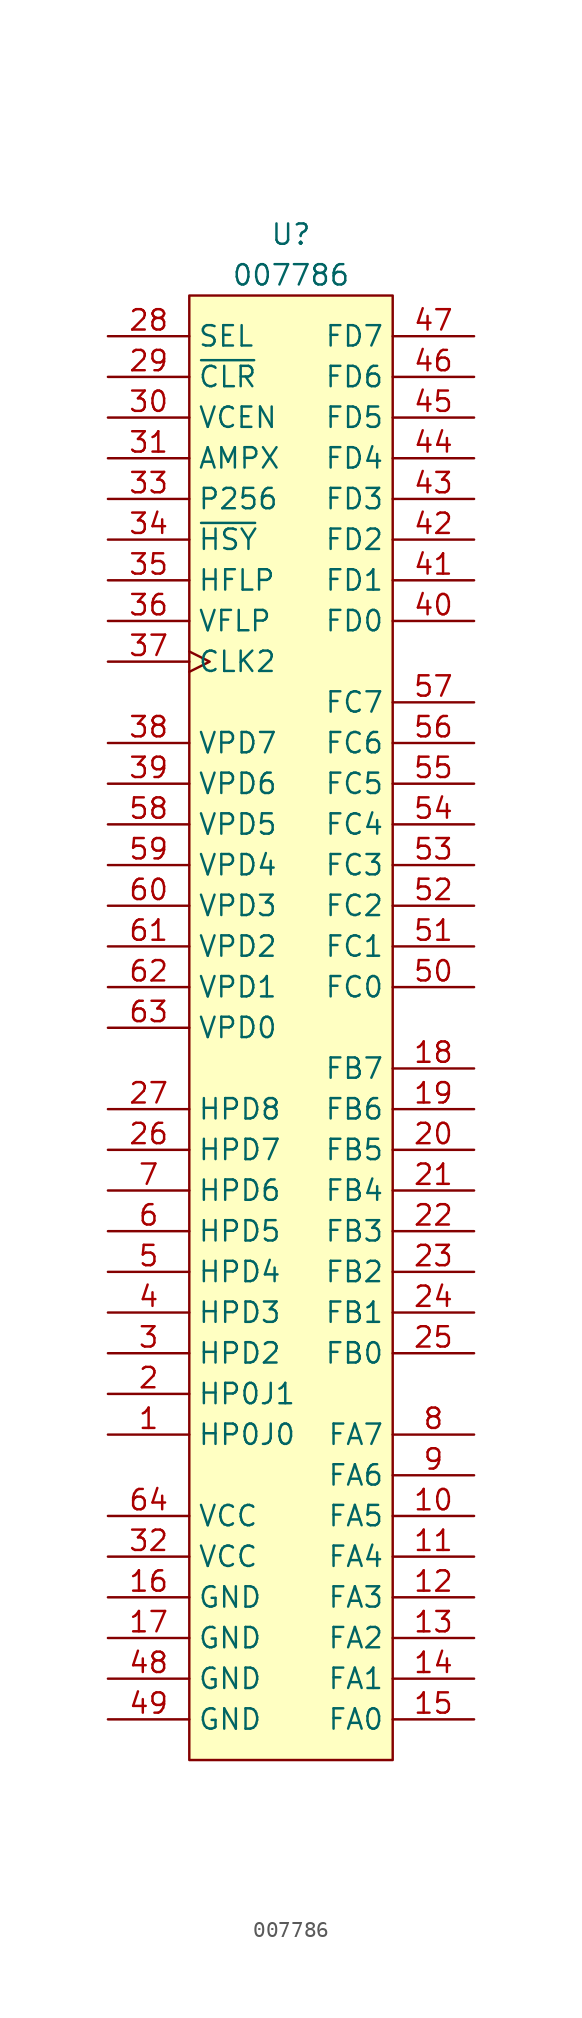
<source format=kicad_sym>
(kicad_symbol_lib
  (version 20231120)
  (generator "kicad_symbol_editor")
  (generator_version "8.0")
  (symbol "007786"
    (property "Reference" "U"
      (at 0 50.8 0)
      (effects (font (size 1.27 1.27))))
    (property "Value" "007786"
      (at 0 48.26 0)
      (effects (font (size 1.27 1.27))))
    (symbol "007786_0_0"
      (pin input line (at -11.43 -24.13 0) (length 5.08) (name "HP0J0" (effects (font (size 1.27 1.27)))) (number "1" (effects (font (size 1.27 1.27)))))
      (pin output line (at 11.43 -29.21 180) (length 5.08) (name "FA5" (effects (font (size 1.27 1.27)))) (number "10" (effects (font (size 1.27 1.27)))))
      (pin output line (at 11.43 -31.75 180) (length 5.08) (name "FA4" (effects (font (size 1.27 1.27)))) (number "11" (effects (font (size 1.27 1.27)))))
      (pin output line (at 11.43 -34.29 180) (length 5.08) (name "FA3" (effects (font (size 1.27 1.27)))) (number "12" (effects (font (size 1.27 1.27)))))
      (pin output line (at 11.43 -36.83 180) (length 5.08) (name "FA2" (effects (font (size 1.27 1.27)))) (number "13" (effects (font (size 1.27 1.27)))))
      (pin output line (at 11.43 -39.37 180) (length 5.08) (name "FA1" (effects (font (size 1.27 1.27)))) (number "14" (effects (font (size 1.27 1.27)))))
      (pin output line (at 11.43 -41.91 180) (length 5.08) (name "FA0" (effects (font (size 1.27 1.27)))) (number "15" (effects (font (size 1.27 1.27)))))
      (pin power_in line (at -11.43 -34.29 0) (length 5.08) (name "GND" (effects (font (size 1.27 1.27)))) (number "16" (effects (font (size 1.27 1.27)))))
      (pin power_in line (at -11.43 -36.83 0) (length 5.08) (name "GND" (effects (font (size 1.27 1.27)))) (number "17" (effects (font (size 1.27 1.27)))))
      (pin output line (at 11.43 -1.27 180) (length 5.08) (name "FB7" (effects (font (size 1.27 1.27)))) (number "18" (effects (font (size 1.27 1.27)))))
      (pin output line (at 11.43 -3.81 180) (length 5.08) (name "FB6" (effects (font (size 1.27 1.27)))) (number "19" (effects (font (size 1.27 1.27)))))
      (pin input line (at -11.43 -21.59 0) (length 5.08) (name "HP0J1" (effects (font (size 1.27 1.27)))) (number "2" (effects (font (size 1.27 1.27)))))
      (pin output line (at 11.43 -6.35 180) (length 5.08) (name "FB5" (effects (font (size 1.27 1.27)))) (number "20" (effects (font (size 1.27 1.27)))))
      (pin output line (at 11.43 -8.89 180) (length 5.08) (name "FB4" (effects (font (size 1.27 1.27)))) (number "21" (effects (font (size 1.27 1.27)))))
      (pin output line (at 11.43 -11.43 180) (length 5.08) (name "FB3" (effects (font (size 1.27 1.27)))) (number "22" (effects (font (size 1.27 1.27)))))
      (pin output line (at 11.43 -13.97 180) (length 5.08) (name "FB2" (effects (font (size 1.27 1.27)))) (number "23" (effects (font (size 1.27 1.27)))))
      (pin output line (at 11.43 -16.51 180) (length 5.08) (name "FB1" (effects (font (size 1.27 1.27)))) (number "24" (effects (font (size 1.27 1.27)))))
      (pin output line (at 11.43 -19.05 180) (length 5.08) (name "FB0" (effects (font (size 1.27 1.27)))) (number "25" (effects (font (size 1.27 1.27)))))
      (pin input line (at -11.43 -6.35 0) (length 5.08) (name "HPD7" (effects (font (size 1.27 1.27)))) (number "26" (effects (font (size 1.27 1.27)))))
      (pin input line (at -11.43 -3.81 0) (length 5.08) (name "HPD8" (effects (font (size 1.27 1.27)))) (number "27" (effects (font (size 1.27 1.27)))))
      (pin input line (at -11.43 44.45 0) (length 5.08) (name "SEL" (effects (font (size 1.27 1.27)))) (number "28" (effects (font (size 1.27 1.27)))))
      (pin input line (at -11.43 -19.05 0) (length 5.08) (name "HPD2" (effects (font (size 1.27 1.27)))) (number "3" (effects (font (size 1.27 1.27)))))
      (pin input line (at -11.43 39.37 0) (length 5.08) (name "VCEN" (effects (font (size 1.27 1.27)))) (number "30" (effects (font (size 1.27 1.27)))))
      (pin input line (at -11.43 36.83 0) (length 5.08) (name "AMPX" (effects (font (size 1.27 1.27)))) (number "31" (effects (font (size 1.27 1.27)))))
      (pin power_in line (at -11.43 -31.75 0) (length 5.08) (name "VCC" (effects (font (size 1.27 1.27)))) (number "32" (effects (font (size 1.27 1.27)))))
      (pin input line (at -11.43 34.29 0) (length 5.08) (name "P256" (effects (font (size 1.27 1.27)))) (number "33" (effects (font (size 1.27 1.27)))))
      (pin input line (at -11.43 29.21 0) (length 5.08) (name "HFLP" (effects (font (size 1.27 1.27)))) (number "35" (effects (font (size 1.27 1.27)))))
      (pin input line (at -11.43 26.67 0) (length 5.08) (name "VFLP" (effects (font (size 1.27 1.27)))) (number "36" (effects (font (size 1.27 1.27)))))
      (pin input clock (at -11.43 24.13 0) (length 5.08) (name "CLK2" (effects (font (size 1.27 1.27)))) (number "37" (effects (font (size 1.27 1.27)))))
      (pin input line (at -11.43 19.05 0) (length 5.08) (name "VPD7" (effects (font (size 1.27 1.27)))) (number "38" (effects (font (size 1.27 1.27)))))
      (pin input line (at -11.43 16.51 0) (length 5.08) (name "VPD6" (effects (font (size 1.27 1.27)))) (number "39" (effects (font (size 1.27 1.27)))))
      (pin input line (at -11.43 -16.51 0) (length 5.08) (name "HPD3" (effects (font (size 1.27 1.27)))) (number "4" (effects (font (size 1.27 1.27)))))
      (pin output line (at 11.43 26.67 180) (length 5.08) (name "FD0" (effects (font (size 1.27 1.27)))) (number "40" (effects (font (size 1.27 1.27)))))
      (pin output line (at 11.43 29.21 180) (length 5.08) (name "FD1" (effects (font (size 1.27 1.27)))) (number "41" (effects (font (size 1.27 1.27)))))
      (pin output line (at 11.43 31.75 180) (length 5.08) (name "FD2" (effects (font (size 1.27 1.27)))) (number "42" (effects (font (size 1.27 1.27)))))
      (pin output line (at 11.43 34.29 180) (length 5.08) (name "FD3" (effects (font (size 1.27 1.27)))) (number "43" (effects (font (size 1.27 1.27)))))
      (pin output line (at 11.43 36.83 180) (length 5.08) (name "FD4" (effects (font (size 1.27 1.27)))) (number "44" (effects (font (size 1.27 1.27)))))
      (pin output line (at 11.43 39.37 180) (length 5.08) (name "FD5" (effects (font (size 1.27 1.27)))) (number "45" (effects (font (size 1.27 1.27)))))
      (pin output line (at 11.43 41.91 180) (length 5.08) (name "FD6" (effects (font (size 1.27 1.27)))) (number "46" (effects (font (size 1.27 1.27)))))
      (pin output line (at 11.43 44.45 180) (length 5.08) (name "FD7" (effects (font (size 1.27 1.27)))) (number "47" (effects (font (size 1.27 1.27)))))
      (pin power_in line (at -11.43 -39.37 0) (length 5.08) (name "GND" (effects (font (size 1.27 1.27)))) (number "48" (effects (font (size 1.27 1.27)))))
      (pin power_in line (at -11.43 -41.91 0) (length 5.08) (name "GND" (effects (font (size 1.27 1.27)))) (number "49" (effects (font (size 1.27 1.27)))))
      (pin input line (at -11.43 -13.97 0) (length 5.08) (name "HPD4" (effects (font (size 1.27 1.27)))) (number "5" (effects (font (size 1.27 1.27)))))
      (pin output line (at 11.43 3.81 180) (length 5.08) (name "FC0" (effects (font (size 1.27 1.27)))) (number "50" (effects (font (size 1.27 1.27)))))
      (pin output line (at 11.43 6.35 180) (length 5.08) (name "FC1" (effects (font (size 1.27 1.27)))) (number "51" (effects (font (size 1.27 1.27)))))
      (pin output line (at 11.43 8.89 180) (length 5.08) (name "FC2" (effects (font (size 1.27 1.27)))) (number "52" (effects (font (size 1.27 1.27)))))
      (pin output line (at 11.43 11.43 180) (length 5.08) (name "FC3" (effects (font (size 1.27 1.27)))) (number "53" (effects (font (size 1.27 1.27)))))
      (pin output line (at 11.43 13.97 180) (length 5.08) (name "FC4" (effects (font (size 1.27 1.27)))) (number "54" (effects (font (size 1.27 1.27)))))
      (pin output line (at 11.43 16.51 180) (length 5.08) (name "FC5" (effects (font (size 1.27 1.27)))) (number "55" (effects (font (size 1.27 1.27)))))
      (pin output line (at 11.43 19.05 180) (length 5.08) (name "FC6" (effects (font (size 1.27 1.27)))) (number "56" (effects (font (size 1.27 1.27)))))
      (pin output line (at 11.43 21.59 180) (length 5.08) (name "FC7" (effects (font (size 1.27 1.27)))) (number "57" (effects (font (size 1.27 1.27)))))
      (pin input line (at -11.43 13.97 0) (length 5.08) (name "VPD5" (effects (font (size 1.27 1.27)))) (number "58" (effects (font (size 1.27 1.27)))))
      (pin input line (at -11.43 11.43 0) (length 5.08) (name "VPD4" (effects (font (size 1.27 1.27)))) (number "59" (effects (font (size 1.27 1.27)))))
      (pin input line (at -11.43 -11.43 0) (length 5.08) (name "HPD5" (effects (font (size 1.27 1.27)))) (number "6" (effects (font (size 1.27 1.27)))))
      (pin input line (at -11.43 8.89 0) (length 5.08) (name "VPD3" (effects (font (size 1.27 1.27)))) (number "60" (effects (font (size 1.27 1.27)))))
      (pin input line (at -11.43 6.35 0) (length 5.08) (name "VPD2" (effects (font (size 1.27 1.27)))) (number "61" (effects (font (size 1.27 1.27)))))
      (pin input line (at -11.43 3.81 0) (length 5.08) (name "VPD1" (effects (font (size 1.27 1.27)))) (number "62" (effects (font (size 1.27 1.27)))))
      (pin input line (at -11.43 1.27 0) (length 5.08) (name "VPD0" (effects (font (size 1.27 1.27)))) (number "63" (effects (font (size 1.27 1.27)))))
      (pin power_in line (at -11.43 -29.21 0) (length 5.08) (name "VCC" (effects (font (size 1.27 1.27)))) (number "64" (effects (font (size 1.27 1.27)))))
      (pin input line (at -11.43 -8.89 0) (length 5.08) (name "HPD6" (effects (font (size 1.27 1.27)))) (number "7" (effects (font (size 1.27 1.27)))))
      (pin output line (at 11.43 -24.13 180) (length 5.08) (name "FA7" (effects (font (size 1.27 1.27)))) (number "8" (effects (font (size 1.27 1.27)))))
      (pin output line (at 11.43 -26.67 180) (length 5.08) (name "FA6" (effects (font (size 1.27 1.27)))) (number "9" (effects (font (size 1.27 1.27))))))
    (symbol "007786_0_1"
      (rectangle (start -6.35 46.99) (end 6.35 -44.45) (stroke (width 0) (type default)) (fill (type background))))
    (symbol "007786_1_0"
      (pin input line (at -11.43 41.91 0) (length 5.08) (name "~{CLR}" (effects (font (size 1.27 1.27)))) (number "29" (effects (font (size 1.27 1.27)))))
      (pin input line (at -11.43 31.75 0) (length 5.08) (name "~{HSY}" (effects (font (size 1.27 1.27)))) (number "34" (effects (font (size 1.27 1.27))))))))
</source>
